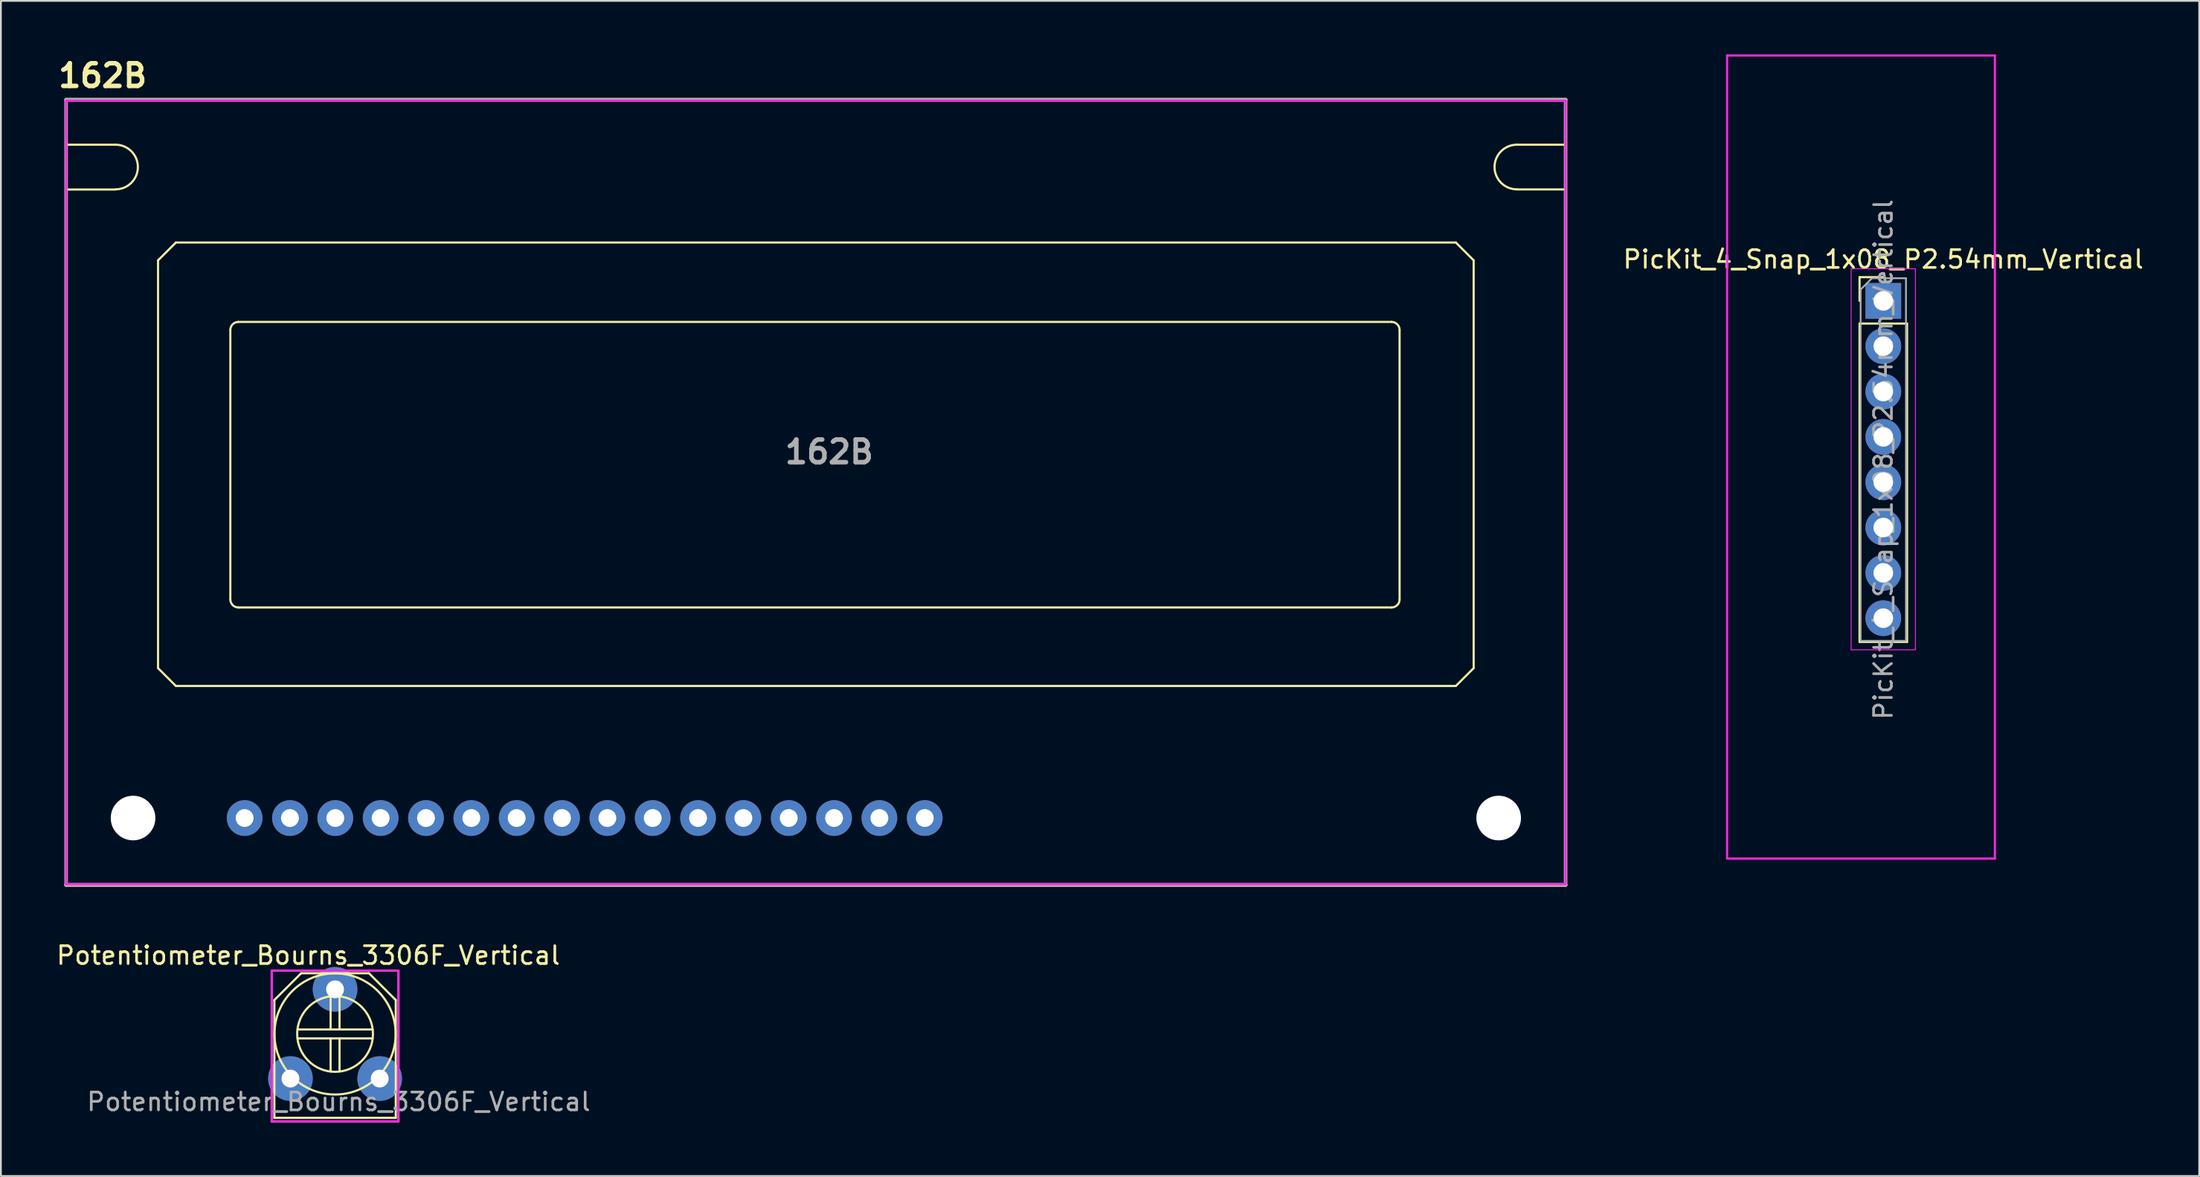
<source format=kicad_pcb>
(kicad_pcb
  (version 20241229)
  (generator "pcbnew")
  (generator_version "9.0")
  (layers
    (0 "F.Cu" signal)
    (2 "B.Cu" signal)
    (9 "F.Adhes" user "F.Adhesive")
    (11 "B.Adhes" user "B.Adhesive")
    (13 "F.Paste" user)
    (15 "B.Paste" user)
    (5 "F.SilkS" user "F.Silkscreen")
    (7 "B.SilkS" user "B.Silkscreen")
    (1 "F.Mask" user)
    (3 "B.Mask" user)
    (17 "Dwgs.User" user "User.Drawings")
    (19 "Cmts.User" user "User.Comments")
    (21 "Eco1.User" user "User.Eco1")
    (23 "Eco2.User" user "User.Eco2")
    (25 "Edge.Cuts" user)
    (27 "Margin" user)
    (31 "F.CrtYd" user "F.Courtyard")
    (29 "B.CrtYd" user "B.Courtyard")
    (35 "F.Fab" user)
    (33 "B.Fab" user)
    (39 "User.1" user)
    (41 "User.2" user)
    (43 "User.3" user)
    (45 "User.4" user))
  (footprint "PicKit_4_Snap_1x08_P2.54mm_Vertical"
    (layer "F.Cu")
    (at 102.45 13.81)
    (property "Reference" "PicKit_4_Snap_1x08_P2.54mm_Vertical" (at 0 -2.33 0) (layer "F.SilkS") (effects (font (size 1 1) (thickness 0.15))))
    (attr through_hole)
    (fp_line (start -1.33 -1.33) (end 0 -1.33) (stroke (width 0.12) (type solid)) (layer "F.SilkS"))
    (fp_line (start -1.33 0) (end -1.33 -1.33) (stroke (width 0.12) (type solid)) (layer "F.SilkS"))
    (fp_line (start -1.33 1.27) (end -1.33 19.11) (stroke (width 0.12) (type solid)) (layer "F.SilkS"))
    (fp_line (start -1.33 1.27) (end 1.33 1.27) (stroke (width 0.12) (type solid)) (layer "F.SilkS"))
    (fp_line (start -1.33 19.11) (end 1.33 19.11) (stroke (width 0.12) (type solid)) (layer "F.SilkS"))
    (fp_line (start 1.33 1.27) (end 1.33 19.11) (stroke (width 0.12) (type solid)) (layer "F.SilkS"))
    (fp_line (start -8.75 -13.75) (end 6.25 -13.75) (stroke (width 0.12) (type solid)) (layer "F.CrtYd"))
    (fp_line (start -8.75 31.25) (end -8.75 -13.75) (stroke (width 0.12) (type solid)) (layer "F.CrtYd"))
    (fp_line (start -1.8 -1.8) (end -1.8 19.55) (stroke (width 0.05) (type solid)) (layer "F.CrtYd"))
    (fp_line (start -1.8 19.55) (end 1.8 19.55) (stroke (width 0.05) (type solid)) (layer "F.CrtYd"))
    (fp_line (start 1.8 -1.8) (end -1.8 -1.8) (stroke (width 0.05) (type solid)) (layer "F.CrtYd"))
    (fp_line (start 1.8 19.55) (end 1.8 -1.8) (stroke (width 0.05) (type solid)) (layer "F.CrtYd"))
    (fp_line (start 6.25 -13.75) (end 6.25 31.25) (stroke (width 0.12) (type solid)) (layer "F.CrtYd"))
    (fp_line (start 6.25 31.25) (end -8.75 31.25) (stroke (width 0.12) (type solid)) (layer "F.CrtYd"))
    (fp_line (start -1.27 -0.635) (end -0.635 -1.27) (stroke (width 0.1) (type solid)) (layer "F.Fab"))
    (fp_line (start -1.27 19.05) (end -1.27 -0.635) (stroke (width 0.1) (type solid)) (layer "F.Fab"))
    (fp_line (start -0.635 -1.27) (end 1.27 -1.27) (stroke (width 0.1) (type solid)) (layer "F.Fab"))
    (fp_line (start 1.27 -1.27) (end 1.27 19.05) (stroke (width 0.1) (type solid)) (layer "F.Fab"))
    (fp_line (start 1.27 19.05) (end -1.27 19.05) (stroke (width 0.1) (type solid)) (layer "F.Fab"))
    (fp_text user "${REFERENCE}" (at 0 8.89 90) (layer "F.Fab") (effects (font (size 1 1) (thickness 0.15))))
    (pad "1" thru_hole rect (at 0 0) (size 2 2) (drill 1.1) (layers "*.Cu" "*.Mask"))
    (pad "2" thru_hole oval (at 0 2.54) (size 2 2) (drill 1.1) (layers "*.Cu" "*.Mask"))
    (pad "3" thru_hole oval (at 0 5.08) (size 2 2) (drill 1.1) (layers "*.Cu" "*.Mask"))
    (pad "4" thru_hole oval (at 0 7.62) (size 2 2) (drill 1.1) (layers "*.Cu" "*.Mask"))
    (pad "5" thru_hole oval (at 0 10.16) (size 2 2) (drill 1.1) (layers "*.Cu" "*.Mask"))
    (pad "6" thru_hole oval (at 0 12.7) (size 2 2) (drill 1.1) (layers "*.Cu" "*.Mask"))
    (pad "7" thru_hole oval (at 0 15.24) (size 2 2) (drill 1.1) (layers "*.Cu" "*.Mask"))
    (pad "8" thru_hole oval (at 0 17.78) (size 2 2) (drill 1.1) (layers "*.Cu" "*.Mask")))
  (footprint "Potentiometer_Bourns_3306F_Vertical"
    (layer "F.Cu")
    (at 13.22 57.387)
    (property "Reference" "Potentiometer_Bourns_3306F_Vertical" (at 1 -6.9 0) (layer "F.SilkS") (effects (font (size 1 1) (thickness 0.15))))
    (attr through_hole)
    (fp_line (start -0.9 -4.4) (end 0.6 -5.9) (stroke (width 0.12) (type solid)) (layer "F.SilkS"))
    (fp_line (start -0.9 2.2) (end -0.9 -4.4) (stroke (width 0.12) (type solid)) (layer "F.SilkS"))
    (fp_line (start 0.4 -2.75) (end 4.6 -2.75) (stroke (width 0.12) (type solid)) (layer "F.SilkS"))
    (fp_line (start 0.4 -2.25) (end 4.6 -2.25) (stroke (width 0.12) (type solid)) (layer "F.SilkS"))
    (fp_line (start 0.6 -5.9) (end 4.4 -5.9) (stroke (width 0.12) (type solid)) (layer "F.SilkS"))
    (fp_line (start 2.25 -2.75) (end 2.25 -4.6) (stroke (width 0.12) (type solid)) (layer "F.SilkS"))
    (fp_line (start 2.25 -2.25) (end 2.25 -0.4) (stroke (width 0.12) (type solid)) (layer "F.SilkS"))
    (fp_line (start 2.75 -2.75) (end 2.75 -4.6) (stroke (width 0.12) (type solid)) (layer "F.SilkS"))
    (fp_line (start 2.75 -2.25) (end 2.75 -0.45) (stroke (width 0.12) (type solid)) (layer "F.SilkS"))
    (fp_line (start 4.4 -5.9) (end 5.85 -4.45) (stroke (width 0.12) (type solid)) (layer "F.SilkS"))
    (fp_line (start 5.85 -4.45) (end 5.9 -4.4) (stroke (width 0.12) (type solid)) (layer "F.SilkS"))
    (fp_line (start 5.9 -4.4) (end 5.9 2.2) (stroke (width 0.12) (type solid)) (layer "F.SilkS"))
    (fp_line (start 5.9 2.2) (end -0.9 2.2) (stroke (width 0.12) (type solid)) (layer "F.SilkS"))
    (fp_circle (center 2.5 -2.5) (end 3.95 -0.95) (stroke (width 0.12) (type solid)) (fill no) (layer "F.SilkS"))
    (fp_circle (center 2.5 -2.5) (end 4.95 -0.15) (stroke (width 0.12) (type solid)) (fill no) (layer "F.SilkS"))
    (fp_line (start -1.05 -6.05) (end -1.05 2.4) (stroke (width 0.12) (type solid)) (layer "F.CrtYd"))
    (fp_line (start -1.05 2.4) (end 6.05 2.4) (stroke (width 0.12) (type solid)) (layer "F.CrtYd"))
    (fp_line (start 6.05 -6.05) (end -1.05 -6.05) (stroke (width 0.12) (type solid)) (layer "F.CrtYd"))
    (fp_line (start 6.05 2.4) (end 6.05 -6.05) (stroke (width 0.12) (type solid)) (layer "F.CrtYd"))
    (fp_line (start -1.05 -6.05) (end -1.05 2.4) (stroke (width 0.12) (type solid)) (layer "F.Fab"))
    (fp_line (start -1.05 2.4) (end 6.05 2.4) (stroke (width 0.12) (type solid)) (layer "F.Fab"))
    (fp_line (start 6.05 -6.05) (end -1.05 -6.05) (stroke (width 0.12) (type solid)) (layer "F.Fab"))
    (fp_line (start 6.05 2.4) (end 6.05 -6.05) (stroke (width 0.12) (type solid)) (layer "F.Fab"))
    (fp_text user "${REFERENCE}" (at 2.7 1.3 0) (layer "F.Fab") (effects (font (size 1 1) (thickness 0.15))))
    (pad "1" thru_hole circle (at 0 0) (size 2.5 2.5) (drill 1) (layers "*.Cu" "*.Mask"))
    (pad "2" thru_hole circle (at 2.5 -5) (size 2.5 2.5) (drill 1) (layers "*.Cu" "*.Mask"))
    (pad "3" thru_hole circle (at 5 0) (size 2.5 2.5) (drill 1) (layers "*.Cu" "*.Mask")))
  (footprint "162B"
    (layer "F.Cu")
    (at 48.753 42.789)
    (property "Reference" "162B" (at -46.05 -41.6 0) (layer "F.SilkS") (effects (font (size 1.27 1.27) (thickness 0.254))))
    (attr through_hole)
    (fp_line (start -48.12 -37.73) (end -48.12 -40.26) (stroke (width 0.12) (type solid)) (layer "F.SilkS"))
    (fp_line (start -48.1 -40.25) (end 35.9 -40.25) (stroke (width 0.2) (type solid)) (layer "F.SilkS"))
    (fp_line (start -48.1 -35.22) (end -45.33 -35.22) (stroke (width 0.12) (type solid)) (layer "F.SilkS"))
    (fp_line (start -48.1 3.76) (end -48.1 -35.22) (stroke (width 0.12) (type solid)) (layer "F.SilkS"))
    (fp_line (start -48.09 -37.73) (end -48.12 -37.73) (stroke (width 0.12) (type solid)) (layer "F.SilkS"))
    (fp_line (start -45.34 -37.73) (end -48.09 -37.73) (stroke (width 0.12) (type solid)) (layer "F.SilkS"))
    (fp_line (start -42.95 -31.25) (end -42.95 -8.4) (stroke (width 0.12) (type solid)) (layer "F.SilkS"))
    (fp_line (start -42.95 -31.25) (end -41.95 -32.25) (stroke (width 0.12) (type solid)) (layer "F.SilkS"))
    (fp_line (start -41.95 -7.4) (end -42.95 -8.4) (stroke (width 0.12) (type solid)) (layer "F.SilkS"))
    (fp_line (start -41.95 -7.4) (end 29.75 -7.4) (stroke (width 0.12) (type solid)) (layer "F.SilkS"))
    (fp_line (start -38.9 -27.35) (end -38.9 -12.25) (stroke (width 0.12) (type solid)) (layer "F.SilkS"))
    (fp_line (start -38.45 -11.8) (end 26.15 -11.8) (stroke (width 0.12) (type solid)) (layer "F.SilkS"))
    (fp_line (start 26.15 -27.8) (end -38.45 -27.8) (stroke (width 0.12) (type solid)) (layer "F.SilkS"))
    (fp_line (start 26.6 -12.25) (end 26.6 -27.35) (stroke (width 0.12) (type solid)) (layer "F.SilkS"))
    (fp_line (start 29.75 -32.25) (end -41.95 -32.25) (stroke (width 0.12) (type solid)) (layer "F.SilkS"))
    (fp_line (start 29.75 -32.25) (end 30.75 -31.25) (stroke (width 0.12) (type solid)) (layer "F.SilkS"))
    (fp_line (start 30.75 -8.4) (end 29.75 -7.4) (stroke (width 0.12) (type solid)) (layer "F.SilkS"))
    (fp_line (start 30.75 -8.4) (end 30.75 -31.25) (stroke (width 0.12) (type solid)) (layer "F.SilkS"))
    (fp_line (start 33.175 -35.225) (end 35.9 -35.225) (stroke (width 0.12) (type solid)) (layer "F.SilkS"))
    (fp_line (start 35.9 3.75) (end -48.1 3.75) (stroke (width 0.2) (type solid)) (layer "F.SilkS"))
    (fp_line (start 35.9 3.75) (end 35.9 -35.2) (stroke (width 0.12) (type solid)) (layer "F.SilkS"))
    (fp_line (start 35.91 -40.24) (end 35.91 -37.73) (stroke (width 0.12) (type solid)) (layer "F.SilkS"))
    (fp_line (start 35.91 -37.73) (end 33.18 -37.73) (stroke (width 0.12) (type solid)) (layer "F.SilkS"))
    (fp_arc (start -45.33 -37.730639) (mid -44.079361 -36.48) (end -45.33 -35.229361) (stroke (width 0.12) (type solid)) (layer "F.SilkS"))
    (fp_arc (start -38.9 -27.35) (mid -38.768198 -27.668198) (end -38.45 -27.8) (stroke (width 0.12) (type solid)) (layer "F.SilkS"))
    (fp_arc (start -38.45 -11.8) (mid -38.768198 -11.931802) (end -38.9 -12.25) (stroke (width 0.12) (type solid)) (layer "F.SilkS"))
    (fp_arc (start 26.15 -27.8) (mid 26.468198 -27.668198) (end 26.6 -27.35) (stroke (width 0.12) (type solid)) (layer "F.SilkS"))
    (fp_arc (start 26.6 -12.25) (mid 26.468198 -11.931802) (end 26.15 -11.8) (stroke (width 0.12) (type solid)) (layer "F.SilkS"))
    (fp_arc (start 33.17 -35.229361) (mid 31.919361 -36.48) (end 33.17 -37.730639) (stroke (width 0.12) (type solid)) (layer "F.SilkS"))
    (fp_line (start -48.1 -40.2) (end -48.1 3.7) (stroke (width 0.12) (type solid)) (layer "F.CrtYd"))
    (fp_line (start -48.1 3.7) (end 35.9 3.7) (stroke (width 0.12) (type solid)) (layer "F.CrtYd"))
    (fp_line (start 35.9 -40.2) (end -48.1 -40.2) (stroke (width 0.12) (type solid)) (layer "F.CrtYd"))
    (fp_line (start 35.9 3.7) (end 35.9 -40.2) (stroke (width 0.12) (type solid)) (layer "F.CrtYd"))
    (fp_line (start -48.1 -40.25) (end 35.9 -40.25) (stroke (width 0.2) (type solid)) (layer "F.Fab"))
    (fp_line (start -48.1 3.75) (end -48.1 -40.25) (stroke (width 0.2) (type solid)) (layer "F.Fab"))
    (fp_line (start 35.9 -40.25) (end 35.9 3.75) (stroke (width 0.2) (type solid)) (layer "F.Fab"))
    (fp_line (start 35.9 3.75) (end -48.1 3.75) (stroke (width 0.2) (type solid)) (layer "F.Fab"))
    (fp_text user "${REFERENCE}" (at -5.35 -20.515 0) (layer "F.Fab") (effects (font (size 1.27 1.27) (thickness 0.254))))
    (pad "" np_thru_hole circle (at -44.35 0) (size 2.5 2.5) (drill 2.5) (layers "*.Cu" "*.Mask"))
    (pad "" np_thru_hole circle (at 32.15 0) (size 2.5 2.5) (drill 2.5) (layers "*.Cu" "*.Mask"))
    (pad "1" thru_hole circle (at 0 0) (size 2 2) (drill 1) (layers "*.Cu" "*.Mask"))
    (pad "2" thru_hole circle (at -2.54 0) (size 2 2) (drill 1) (layers "*.Cu" "*.Mask"))
    (pad "3" thru_hole circle (at -5.08 0) (size 2 2) (drill 1) (layers "*.Cu" "*.Mask"))
    (pad "4" thru_hole circle (at -7.62 0) (size 2 2) (drill 1) (layers "*.Cu" "*.Mask"))
    (pad "5" thru_hole circle (at -10.16 0) (size 2 2) (drill 1) (layers "*.Cu" "*.Mask"))
    (pad "6" thru_hole circle (at -12.7 0) (size 2 2) (drill 1) (layers "*.Cu" "*.Mask"))
    (pad "7" thru_hole circle (at -15.24 0) (size 2 2) (drill 1) (layers "*.Cu" "*.Mask"))
    (pad "8" thru_hole circle (at -17.78 0) (size 2 2) (drill 1) (layers "*.Cu" "*.Mask"))
    (pad "9" thru_hole circle (at -20.32 0) (size 2 2) (drill 1) (layers "*.Cu" "*.Mask"))
    (pad "10" thru_hole circle (at -22.86 0) (size 2 2) (drill 1) (layers "*.Cu" "*.Mask"))
    (pad "11" thru_hole circle (at -25.4 0) (size 2 2) (drill 1) (layers "*.Cu" "*.Mask"))
    (pad "12" thru_hole circle (at -27.94 0) (size 2 2) (drill 1) (layers "*.Cu" "*.Mask"))
    (pad "13" thru_hole circle (at -30.48 0) (size 2 2) (drill 1) (layers "*.Cu" "*.Mask"))
    (pad "14" thru_hole circle (at -33.02 0) (size 2 2) (drill 1) (layers "*.Cu" "*.Mask"))
    (pad "15" thru_hole circle (at -35.56 0) (size 2 2) (drill 1) (layers "*.Cu" "*.Mask"))
    (pad "16" thru_hole circle (at -38.1 0) (size 2 2) (drill 1) (layers "*.Cu" "*.Mask")))
  (gr_rect
    (start -3 -3)
    (end 120.146 62.847)
    (stroke (width 0.1) (type default))
    (fill no)
    (layer "Edge.Cuts")))
</source>
